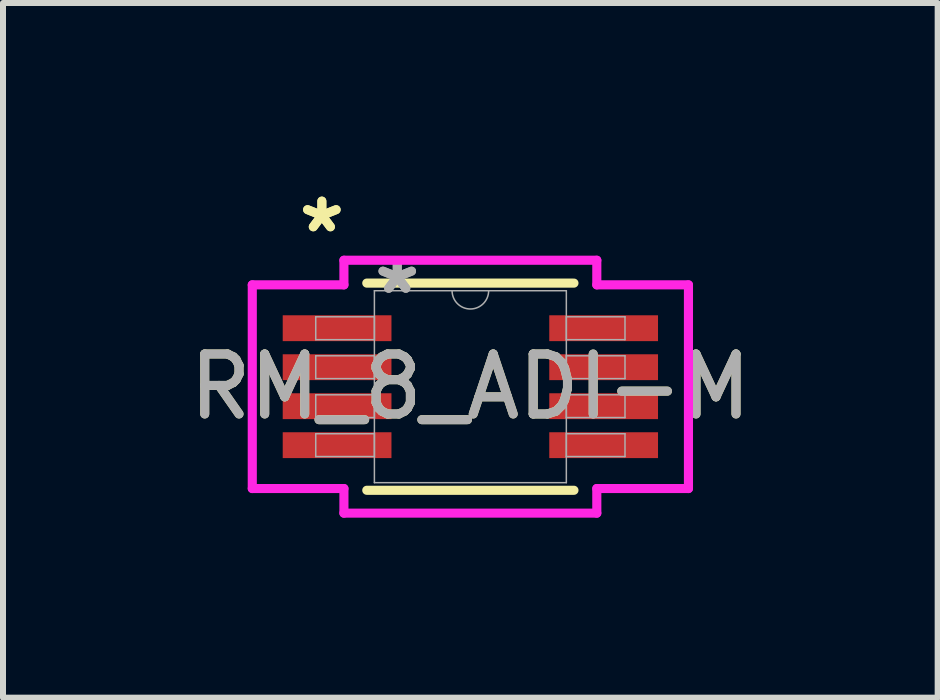
<source format=kicad_pcb>
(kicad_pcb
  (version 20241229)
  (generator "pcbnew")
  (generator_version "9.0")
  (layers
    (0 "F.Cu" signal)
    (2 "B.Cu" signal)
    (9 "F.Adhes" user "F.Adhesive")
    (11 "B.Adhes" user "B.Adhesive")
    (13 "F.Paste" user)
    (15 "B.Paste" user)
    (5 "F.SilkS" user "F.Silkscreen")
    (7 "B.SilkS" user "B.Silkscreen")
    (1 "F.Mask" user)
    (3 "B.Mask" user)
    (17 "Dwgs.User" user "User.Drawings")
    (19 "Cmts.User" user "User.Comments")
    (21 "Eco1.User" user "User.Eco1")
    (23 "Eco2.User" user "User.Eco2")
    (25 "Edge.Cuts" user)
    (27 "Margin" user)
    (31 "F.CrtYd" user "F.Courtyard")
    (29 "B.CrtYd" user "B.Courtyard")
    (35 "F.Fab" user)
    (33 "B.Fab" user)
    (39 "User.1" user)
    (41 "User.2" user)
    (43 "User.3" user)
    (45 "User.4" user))
  (footprint "RM_8_ADI-M"
    (layer "F.Cu")
    (at 4.792 3.397)
    (property "Reference" "RM_8_ADI-M" (at 0 0 0) (unlocked yes) (layer "F.SilkS") (effects (font (size 1 1) (thickness 0.15))))
    (attr smd)
    (fp_line (start -1.727 1.727) (end 1.727 1.727) (stroke (width 0.152) (type solid)) (layer "F.SilkS"))
    (fp_line (start 1.727 -1.727) (end -1.727 -1.727) (stroke (width 0.152) (type solid)) (layer "F.SilkS"))
    (fp_line (start -3.636 -1.698) (end -2.108 -1.698) (stroke (width 0.152) (type solid)) (layer "F.CrtYd"))
    (fp_line (start -3.636 1.698) (end -3.636 -1.698) (stroke (width 0.152) (type solid)) (layer "F.CrtYd"))
    (fp_line (start -3.636 1.698) (end -2.108 1.698) (stroke (width 0.152) (type solid)) (layer "F.CrtYd"))
    (fp_line (start -2.108 -2.108) (end 2.108 -2.108) (stroke (width 0.152) (type solid)) (layer "F.CrtYd"))
    (fp_line (start -2.108 -1.698) (end -2.108 -2.108) (stroke (width 0.152) (type solid)) (layer "F.CrtYd"))
    (fp_line (start -2.108 2.108) (end -2.108 1.698) (stroke (width 0.152) (type solid)) (layer "F.CrtYd"))
    (fp_line (start 2.108 -2.108) (end 2.108 -1.698) (stroke (width 0.152) (type solid)) (layer "F.CrtYd"))
    (fp_line (start 2.108 1.698) (end 2.108 2.108) (stroke (width 0.152) (type solid)) (layer "F.CrtYd"))
    (fp_line (start 2.108 2.108) (end -2.108 2.108) (stroke (width 0.152) (type solid)) (layer "F.CrtYd"))
    (fp_line (start 3.636 -1.698) (end 2.108 -1.698) (stroke (width 0.152) (type solid)) (layer "F.CrtYd"))
    (fp_line (start 3.636 -1.698) (end 3.636 1.698) (stroke (width 0.152) (type solid)) (layer "F.CrtYd"))
    (fp_line (start 3.636 1.698) (end 2.108 1.698) (stroke (width 0.152) (type solid)) (layer "F.CrtYd"))
    (fp_line (start -2.578 -1.165) (end -2.578 -0.784) (stroke (width 0.025) (type solid)) (layer "F.Fab"))
    (fp_line (start -2.578 -0.784) (end -1.6 -0.784) (stroke (width 0.025) (type solid)) (layer "F.Fab"))
    (fp_line (start -2.578 -0.515) (end -2.578 -0.135) (stroke (width 0.025) (type solid)) (layer "F.Fab"))
    (fp_line (start -2.578 -0.135) (end -1.6 -0.135) (stroke (width 0.025) (type solid)) (layer "F.Fab"))
    (fp_line (start -2.578 0.135) (end -2.578 0.515) (stroke (width 0.025) (type solid)) (layer "F.Fab"))
    (fp_line (start -2.578 0.515) (end -1.6 0.515) (stroke (width 0.025) (type solid)) (layer "F.Fab"))
    (fp_line (start -2.578 0.784) (end -2.578 1.165) (stroke (width 0.025) (type solid)) (layer "F.Fab"))
    (fp_line (start -2.578 1.165) (end -1.6 1.165) (stroke (width 0.025) (type solid)) (layer "F.Fab"))
    (fp_line (start -1.6 -1.6) (end -1.6 1.6) (stroke (width 0.025) (type solid)) (layer "F.Fab"))
    (fp_line (start -1.6 -1.165) (end -2.578 -1.165) (stroke (width 0.025) (type solid)) (layer "F.Fab"))
    (fp_line (start -1.6 -0.784) (end -1.6 -1.165) (stroke (width 0.025) (type solid)) (layer "F.Fab"))
    (fp_line (start -1.6 -0.515) (end -2.578 -0.515) (stroke (width 0.025) (type solid)) (layer "F.Fab"))
    (fp_line (start -1.6 -0.135) (end -1.6 -0.515) (stroke (width 0.025) (type solid)) (layer "F.Fab"))
    (fp_line (start -1.6 0.135) (end -2.578 0.135) (stroke (width 0.025) (type solid)) (layer "F.Fab"))
    (fp_line (start -1.6 0.515) (end -1.6 0.135) (stroke (width 0.025) (type solid)) (layer "F.Fab"))
    (fp_line (start -1.6 0.784) (end -2.578 0.784) (stroke (width 0.025) (type solid)) (layer "F.Fab"))
    (fp_line (start -1.6 1.165) (end -1.6 0.784) (stroke (width 0.025) (type solid)) (layer "F.Fab"))
    (fp_line (start -1.6 1.6) (end 1.6 1.6) (stroke (width 0.025) (type solid)) (layer "F.Fab"))
    (fp_line (start 1.6 -1.6) (end -1.6 -1.6) (stroke (width 0.025) (type solid)) (layer "F.Fab"))
    (fp_line (start 1.6 -1.165) (end 1.6 -0.784) (stroke (width 0.025) (type solid)) (layer "F.Fab"))
    (fp_line (start 1.6 -0.784) (end 2.578 -0.784) (stroke (width 0.025) (type solid)) (layer "F.Fab"))
    (fp_line (start 1.6 -0.515) (end 1.6 -0.135) (stroke (width 0.025) (type solid)) (layer "F.Fab"))
    (fp_line (start 1.6 -0.135) (end 2.578 -0.135) (stroke (width 0.025) (type solid)) (layer "F.Fab"))
    (fp_line (start 1.6 0.135) (end 1.6 0.515) (stroke (width 0.025) (type solid)) (layer "F.Fab"))
    (fp_line (start 1.6 0.515) (end 2.578 0.515) (stroke (width 0.025) (type solid)) (layer "F.Fab"))
    (fp_line (start 1.6 0.784) (end 1.6 1.165) (stroke (width 0.025) (type solid)) (layer "F.Fab"))
    (fp_line (start 1.6 1.165) (end 2.578 1.165) (stroke (width 0.025) (type solid)) (layer "F.Fab"))
    (fp_line (start 1.6 1.6) (end 1.6 -1.6) (stroke (width 0.025) (type solid)) (layer "F.Fab"))
    (fp_line (start 2.578 -1.165) (end 1.6 -1.165) (stroke (width 0.025) (type solid)) (layer "F.Fab"))
    (fp_line (start 2.578 -0.784) (end 2.578 -1.165) (stroke (width 0.025) (type solid)) (layer "F.Fab"))
    (fp_line (start 2.578 -0.515) (end 1.6 -0.515) (stroke (width 0.025) (type solid)) (layer "F.Fab"))
    (fp_line (start 2.578 -0.135) (end 2.578 -0.515) (stroke (width 0.025) (type solid)) (layer "F.Fab"))
    (fp_line (start 2.578 0.135) (end 1.6 0.135) (stroke (width 0.025) (type solid)) (layer "F.Fab"))
    (fp_line (start 2.578 0.515) (end 2.578 0.135) (stroke (width 0.025) (type solid)) (layer "F.Fab"))
    (fp_line (start 2.578 0.784) (end 1.6 0.784) (stroke (width 0.025) (type solid)) (layer "F.Fab"))
    (fp_line (start 2.578 1.165) (end 2.578 0.784) (stroke (width 0.025) (type solid)) (layer "F.Fab"))
    (fp_arc (start 0.3048 -1.6002) (mid 0 -1.2954) (end -0.3048 -1.6002) (stroke (width 0.0254) (type solid)) (layer "F.Fab"))
    (fp_text user "*" (at -2.476 -2.549 0) (layer "F.SilkS") (effects (font (size 1 1) (thickness 0.15))))
    (fp_text user "*" (at -2.476 -2.549 0) (unlocked yes) (layer "F.SilkS") (effects (font (size 1 1) (thickness 0.15))))
    (fp_text user "${REFERENCE}" (at 0 0 0) (unlocked yes) (layer "F.Fab") (effects (font (size 1 1) (thickness 0.15))))
    (fp_text user "*" (at -1.219 -1.524 0) (unlocked yes) (layer "F.Fab") (effects (font (size 1 1) (thickness 0.15))))
    (fp_text user "*" (at -1.219 -1.524 0) (layer "F.Fab") (effects (font (size 1 1) (thickness 0.15))))
    (pad "1" smd rect (at -2.222 -0.975) (size 1.813 0.431) (layers "F.Cu" "F.Mask" "F.Paste"))
    (pad "2" smd rect (at -2.222 -0.325) (size 1.813 0.431) (layers "F.Cu" "F.Mask" "F.Paste"))
    (pad "3" smd rect (at -2.222 0.325) (size 1.813 0.431) (layers "F.Cu" "F.Mask" "F.Paste"))
    (pad "4" smd rect (at -2.222 0.975) (size 1.813 0.431) (layers "F.Cu" "F.Mask" "F.Paste"))
    (pad "5" smd rect (at 2.222 0.975) (size 1.813 0.431) (layers "F.Cu" "F.Mask" "F.Paste"))
    (pad "6" smd rect (at 2.222 0.325) (size 1.813 0.431) (layers "F.Cu" "F.Mask" "F.Paste"))
    (pad "7" smd rect (at 2.222 -0.325) (size 1.813 0.431) (layers "F.Cu" "F.Mask" "F.Paste"))
    (pad "8" smd rect (at 2.222 -0.975) (size 1.813 0.431) (layers "F.Cu" "F.Mask" "F.Paste")))
  (gr_rect
    (start -3 -3)
    (end 12.583 8.582)
    (stroke (width 0.1) (type default))
    (fill no)
    (layer "Edge.Cuts")))
</source>
